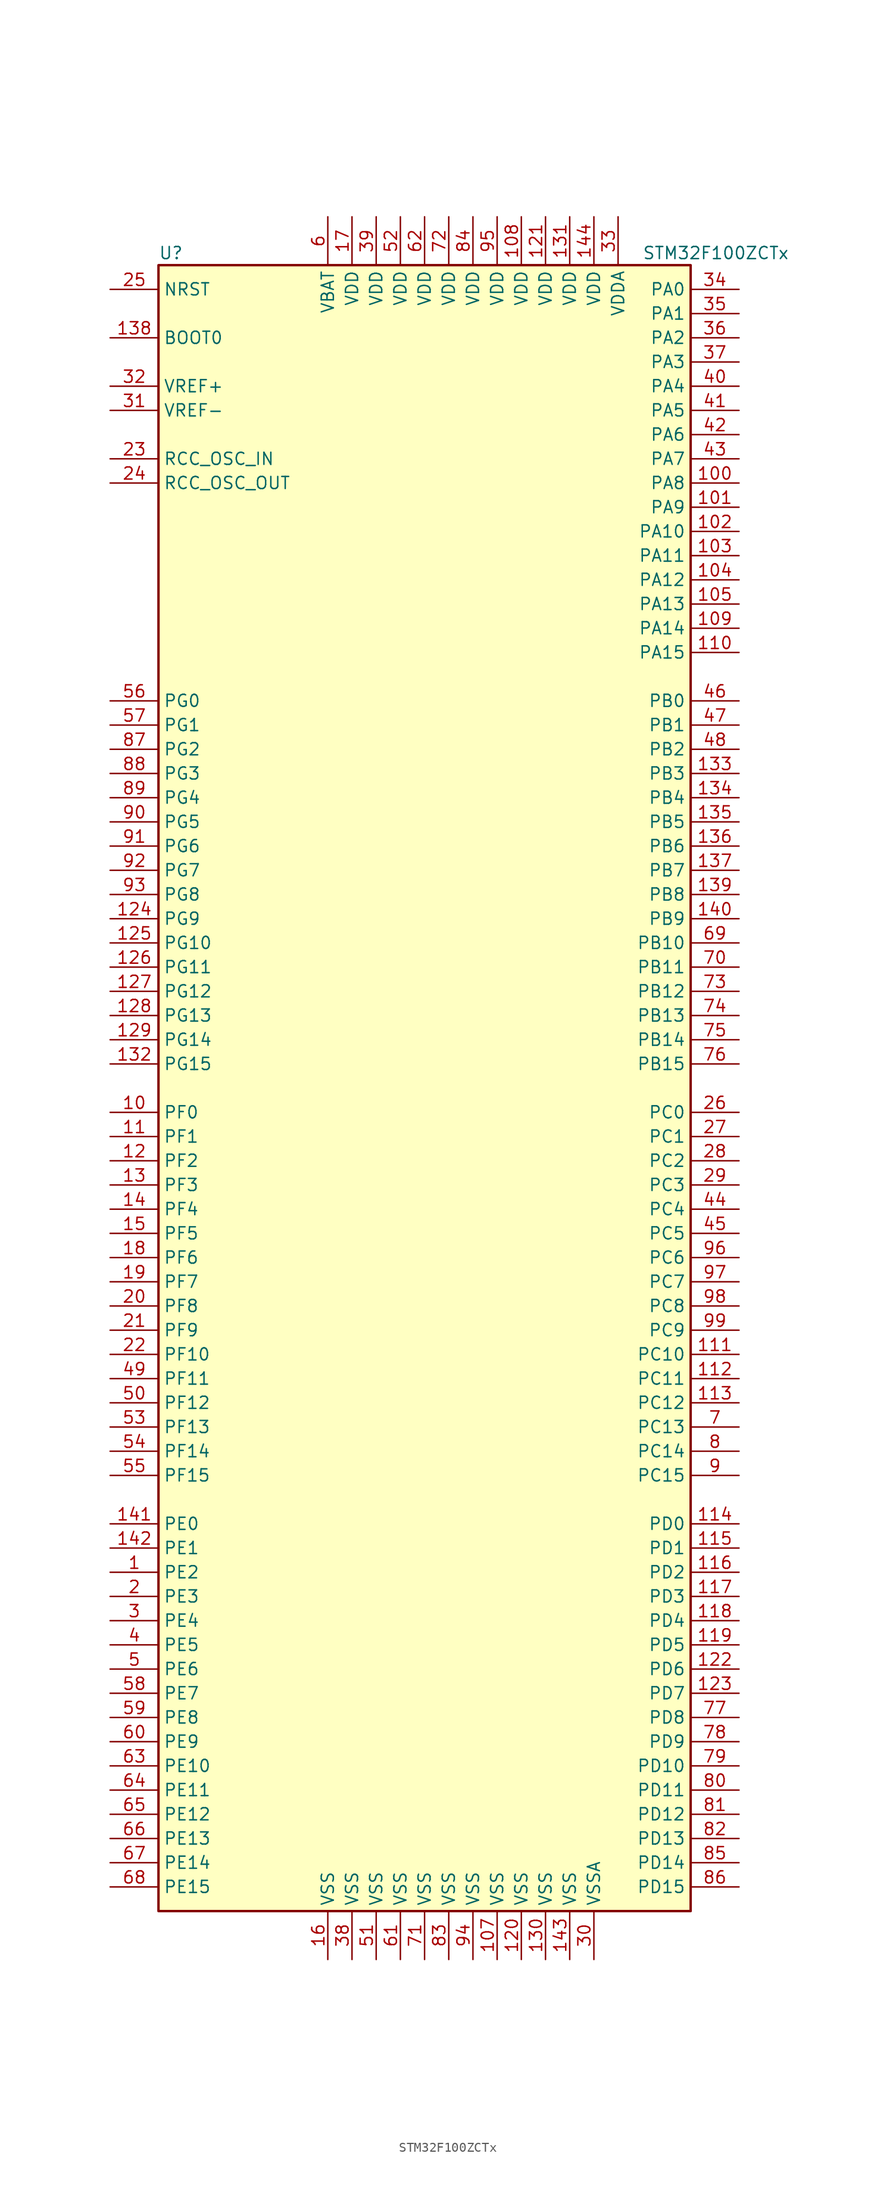
<source format=kicad_sym>
(kicad_symbol_lib
  (version 20201005)
  (generator kicad_symbol_editor)
  (symbol "STM32F100ZCTx"
    (property "Reference" "U"
      (at -27.94 87.63 0)
      (effects (font (size 1.27 1.27)) (justify left)))
    (property "Value" "STM32F100ZCTx"
      (at 22.86 87.63 0)
      (effects (font (size 1.27 1.27)) (justify left)))
    (symbol "STM32F100ZCTx_0_1"
      (rectangle (start -27.94 -86.36) (end 27.94 86.36) (stroke (width 0.254)) (fill (type background))))
    (symbol "STM32F100ZCTx_1_1"
      (pin bidirectional line (at -33.02 -50.8 0) (length 5.08) (name "PE2" (effects (font (size 1.27 1.27)))) (number "1" (effects (font (size 1.27 1.27)))))
      (pin bidirectional line (at -33.02 -2.54 0) (length 5.08) (name "PF0" (effects (font (size 1.27 1.27)))) (number "10" (effects (font (size 1.27 1.27)))))
      (pin bidirectional line (at 33.02 63.5 180) (length 5.08) (name "PA8" (effects (font (size 1.27 1.27)))) (number "100" (effects (font (size 1.27 1.27)))))
      (pin bidirectional line (at 33.02 60.96 180) (length 5.08) (name "PA9" (effects (font (size 1.27 1.27)))) (number "101" (effects (font (size 1.27 1.27)))))
      (pin bidirectional line (at 33.02 58.42 180) (length 5.08) (name "PA10" (effects (font (size 1.27 1.27)))) (number "102" (effects (font (size 1.27 1.27)))))
      (pin bidirectional line (at 33.02 55.88 180) (length 5.08) (name "PA11" (effects (font (size 1.27 1.27)))) (number "103" (effects (font (size 1.27 1.27)))))
      (pin bidirectional line (at 33.02 53.34 180) (length 5.08) (name "PA12" (effects (font (size 1.27 1.27)))) (number "104" (effects (font (size 1.27 1.27)))))
      (pin bidirectional line (at 33.02 50.8 180) (length 5.08) (name "PA13" (effects (font (size 1.27 1.27)))) (number "105" (effects (font (size 1.27 1.27)))))
      (pin no_connect line (at -27.94 -83.82 0) (length 5.08) hide (name "NC" (effects (font (size 1.27 1.27)))) (number "106" (effects (font (size 1.27 1.27)))))
      (pin power_in line (at 7.62 -91.44 90) (length 5.08) (name "VSS" (effects (font (size 1.27 1.27)))) (number "107" (effects (font (size 1.27 1.27)))))
      (pin power_in line (at 10.16 91.44 270) (length 5.08) (name "VDD" (effects (font (size 1.27 1.27)))) (number "108" (effects (font (size 1.27 1.27)))))
      (pin bidirectional line (at 33.02 48.26 180) (length 5.08) (name "PA14" (effects (font (size 1.27 1.27)))) (number "109" (effects (font (size 1.27 1.27)))))
      (pin bidirectional line (at -33.02 -5.08 0) (length 5.08) (name "PF1" (effects (font (size 1.27 1.27)))) (number "11" (effects (font (size 1.27 1.27)))))
      (pin bidirectional line (at 33.02 45.72 180) (length 5.08) (name "PA15" (effects (font (size 1.27 1.27)))) (number "110" (effects (font (size 1.27 1.27)))))
      (pin bidirectional line (at 33.02 -27.94 180) (length 5.08) (name "PC10" (effects (font (size 1.27 1.27)))) (number "111" (effects (font (size 1.27 1.27)))))
      (pin bidirectional line (at 33.02 -30.48 180) (length 5.08) (name "PC11" (effects (font (size 1.27 1.27)))) (number "112" (effects (font (size 1.27 1.27)))))
      (pin bidirectional line (at 33.02 -33.02 180) (length 5.08) (name "PC12" (effects (font (size 1.27 1.27)))) (number "113" (effects (font (size 1.27 1.27)))))
      (pin bidirectional line (at 33.02 -45.72 180) (length 5.08) (name "PD0" (effects (font (size 1.27 1.27)))) (number "114" (effects (font (size 1.27 1.27)))))
      (pin bidirectional line (at 33.02 -48.26 180) (length 5.08) (name "PD1" (effects (font (size 1.27 1.27)))) (number "115" (effects (font (size 1.27 1.27)))))
      (pin bidirectional line (at 33.02 -50.8 180) (length 5.08) (name "PD2" (effects (font (size 1.27 1.27)))) (number "116" (effects (font (size 1.27 1.27)))))
      (pin bidirectional line (at 33.02 -53.34 180) (length 5.08) (name "PD3" (effects (font (size 1.27 1.27)))) (number "117" (effects (font (size 1.27 1.27)))))
      (pin bidirectional line (at 33.02 -55.88 180) (length 5.08) (name "PD4" (effects (font (size 1.27 1.27)))) (number "118" (effects (font (size 1.27 1.27)))))
      (pin bidirectional line (at 33.02 -58.42 180) (length 5.08) (name "PD5" (effects (font (size 1.27 1.27)))) (number "119" (effects (font (size 1.27 1.27)))))
      (pin bidirectional line (at -33.02 -7.62 0) (length 5.08) (name "PF2" (effects (font (size 1.27 1.27)))) (number "12" (effects (font (size 1.27 1.27)))))
      (pin power_in line (at 10.16 -91.44 90) (length 5.08) (name "VSS" (effects (font (size 1.27 1.27)))) (number "120" (effects (font (size 1.27 1.27)))))
      (pin power_in line (at 12.7 91.44 270) (length 5.08) (name "VDD" (effects (font (size 1.27 1.27)))) (number "121" (effects (font (size 1.27 1.27)))))
      (pin bidirectional line (at 33.02 -60.96 180) (length 5.08) (name "PD6" (effects (font (size 1.27 1.27)))) (number "122" (effects (font (size 1.27 1.27)))))
      (pin bidirectional line (at 33.02 -63.5 180) (length 5.08) (name "PD7" (effects (font (size 1.27 1.27)))) (number "123" (effects (font (size 1.27 1.27)))))
      (pin bidirectional line (at -33.02 17.78 0) (length 5.08) (name "PG9" (effects (font (size 1.27 1.27)))) (number "124" (effects (font (size 1.27 1.27)))))
      (pin bidirectional line (at -33.02 15.24 0) (length 5.08) (name "PG10" (effects (font (size 1.27 1.27)))) (number "125" (effects (font (size 1.27 1.27)))))
      (pin bidirectional line (at -33.02 12.7 0) (length 5.08) (name "PG11" (effects (font (size 1.27 1.27)))) (number "126" (effects (font (size 1.27 1.27)))))
      (pin bidirectional line (at -33.02 10.16 0) (length 5.08) (name "PG12" (effects (font (size 1.27 1.27)))) (number "127" (effects (font (size 1.27 1.27)))))
      (pin bidirectional line (at -33.02 7.62 0) (length 5.08) (name "PG13" (effects (font (size 1.27 1.27)))) (number "128" (effects (font (size 1.27 1.27)))))
      (pin bidirectional line (at -33.02 5.08 0) (length 5.08) (name "PG14" (effects (font (size 1.27 1.27)))) (number "129" (effects (font (size 1.27 1.27)))))
      (pin bidirectional line (at -33.02 -10.16 0) (length 5.08) (name "PF3" (effects (font (size 1.27 1.27)))) (number "13" (effects (font (size 1.27 1.27)))))
      (pin power_in line (at 12.7 -91.44 90) (length 5.08) (name "VSS" (effects (font (size 1.27 1.27)))) (number "130" (effects (font (size 1.27 1.27)))))
      (pin power_in line (at 15.24 91.44 270) (length 5.08) (name "VDD" (effects (font (size 1.27 1.27)))) (number "131" (effects (font (size 1.27 1.27)))))
      (pin bidirectional line (at -33.02 2.54 0) (length 5.08) (name "PG15" (effects (font (size 1.27 1.27)))) (number "132" (effects (font (size 1.27 1.27)))))
      (pin bidirectional line (at 33.02 33.02 180) (length 5.08) (name "PB3" (effects (font (size 1.27 1.27)))) (number "133" (effects (font (size 1.27 1.27)))))
      (pin bidirectional line (at 33.02 30.48 180) (length 5.08) (name "PB4" (effects (font (size 1.27 1.27)))) (number "134" (effects (font (size 1.27 1.27)))))
      (pin bidirectional line (at 33.02 27.94 180) (length 5.08) (name "PB5" (effects (font (size 1.27 1.27)))) (number "135" (effects (font (size 1.27 1.27)))))
      (pin bidirectional line (at 33.02 25.4 180) (length 5.08) (name "PB6" (effects (font (size 1.27 1.27)))) (number "136" (effects (font (size 1.27 1.27)))))
      (pin bidirectional line (at 33.02 22.86 180) (length 5.08) (name "PB7" (effects (font (size 1.27 1.27)))) (number "137" (effects (font (size 1.27 1.27)))))
      (pin input line (at -33.02 78.74 0) (length 5.08) (name "BOOT0" (effects (font (size 1.27 1.27)))) (number "138" (effects (font (size 1.27 1.27)))))
      (pin bidirectional line (at 33.02 20.32 180) (length 5.08) (name "PB8" (effects (font (size 1.27 1.27)))) (number "139" (effects (font (size 1.27 1.27)))))
      (pin bidirectional line (at -33.02 -12.7 0) (length 5.08) (name "PF4" (effects (font (size 1.27 1.27)))) (number "14" (effects (font (size 1.27 1.27)))))
      (pin bidirectional line (at 33.02 17.78 180) (length 5.08) (name "PB9" (effects (font (size 1.27 1.27)))) (number "140" (effects (font (size 1.27 1.27)))))
      (pin bidirectional line (at -33.02 -45.72 0) (length 5.08) (name "PE0" (effects (font (size 1.27 1.27)))) (number "141" (effects (font (size 1.27 1.27)))))
      (pin bidirectional line (at -33.02 -48.26 0) (length 5.08) (name "PE1" (effects (font (size 1.27 1.27)))) (number "142" (effects (font (size 1.27 1.27)))))
      (pin power_in line (at 15.24 -91.44 90) (length 5.08) (name "VSS" (effects (font (size 1.27 1.27)))) (number "143" (effects (font (size 1.27 1.27)))))
      (pin power_in line (at 17.78 91.44 270) (length 5.08) (name "VDD" (effects (font (size 1.27 1.27)))) (number "144" (effects (font (size 1.27 1.27)))))
      (pin bidirectional line (at -33.02 -15.24 0) (length 5.08) (name "PF5" (effects (font (size 1.27 1.27)))) (number "15" (effects (font (size 1.27 1.27)))))
      (pin power_in line (at -10.16 -91.44 90) (length 5.08) (name "VSS" (effects (font (size 1.27 1.27)))) (number "16" (effects (font (size 1.27 1.27)))))
      (pin power_in line (at -7.62 91.44 270) (length 5.08) (name "VDD" (effects (font (size 1.27 1.27)))) (number "17" (effects (font (size 1.27 1.27)))))
      (pin bidirectional line (at -33.02 -17.78 0) (length 5.08) (name "PF6" (effects (font (size 1.27 1.27)))) (number "18" (effects (font (size 1.27 1.27)))))
      (pin bidirectional line (at -33.02 -20.32 0) (length 5.08) (name "PF7" (effects (font (size 1.27 1.27)))) (number "19" (effects (font (size 1.27 1.27)))))
      (pin bidirectional line (at -33.02 -53.34 0) (length 5.08) (name "PE3" (effects (font (size 1.27 1.27)))) (number "2" (effects (font (size 1.27 1.27)))))
      (pin bidirectional line (at -33.02 -22.86 0) (length 5.08) (name "PF8" (effects (font (size 1.27 1.27)))) (number "20" (effects (font (size 1.27 1.27)))))
      (pin bidirectional line (at -33.02 -25.4 0) (length 5.08) (name "PF9" (effects (font (size 1.27 1.27)))) (number "21" (effects (font (size 1.27 1.27)))))
      (pin bidirectional line (at -33.02 -27.94 0) (length 5.08) (name "PF10" (effects (font (size 1.27 1.27)))) (number "22" (effects (font (size 1.27 1.27)))))
      (pin input line (at -33.02 66.04 0) (length 5.08) (name "RCC_OSC_IN" (effects (font (size 1.27 1.27)))) (number "23" (effects (font (size 1.27 1.27)))))
      (pin input line (at -33.02 63.5 0) (length 5.08) (name "RCC_OSC_OUT" (effects (font (size 1.27 1.27)))) (number "24" (effects (font (size 1.27 1.27)))))
      (pin input line (at -33.02 83.82 0) (length 5.08) (name "NRST" (effects (font (size 1.27 1.27)))) (number "25" (effects (font (size 1.27 1.27)))))
      (pin bidirectional line (at 33.02 -2.54 180) (length 5.08) (name "PC0" (effects (font (size 1.27 1.27)))) (number "26" (effects (font (size 1.27 1.27)))))
      (pin bidirectional line (at 33.02 -5.08 180) (length 5.08) (name "PC1" (effects (font (size 1.27 1.27)))) (number "27" (effects (font (size 1.27 1.27)))))
      (pin bidirectional line (at 33.02 -7.62 180) (length 5.08) (name "PC2" (effects (font (size 1.27 1.27)))) (number "28" (effects (font (size 1.27 1.27)))))
      (pin bidirectional line (at 33.02 -10.16 180) (length 5.08) (name "PC3" (effects (font (size 1.27 1.27)))) (number "29" (effects (font (size 1.27 1.27)))))
      (pin bidirectional line (at -33.02 -55.88 0) (length 5.08) (name "PE4" (effects (font (size 1.27 1.27)))) (number "3" (effects (font (size 1.27 1.27)))))
      (pin power_in line (at 17.78 -91.44 90) (length 5.08) (name "VSSA" (effects (font (size 1.27 1.27)))) (number "30" (effects (font (size 1.27 1.27)))))
      (pin power_in line (at -33.02 71.12 0) (length 5.08) (name "VREF-" (effects (font (size 1.27 1.27)))) (number "31" (effects (font (size 1.27 1.27)))))
      (pin power_in line (at -33.02 73.66 0) (length 5.08) (name "VREF+" (effects (font (size 1.27 1.27)))) (number "32" (effects (font (size 1.27 1.27)))))
      (pin power_in line (at 20.32 91.44 270) (length 5.08) (name "VDDA" (effects (font (size 1.27 1.27)))) (number "33" (effects (font (size 1.27 1.27)))))
      (pin bidirectional line (at 33.02 83.82 180) (length 5.08) (name "PA0" (effects (font (size 1.27 1.27)))) (number "34" (effects (font (size 1.27 1.27)))))
      (pin bidirectional line (at 33.02 81.28 180) (length 5.08) (name "PA1" (effects (font (size 1.27 1.27)))) (number "35" (effects (font (size 1.27 1.27)))))
      (pin bidirectional line (at 33.02 78.74 180) (length 5.08) (name "PA2" (effects (font (size 1.27 1.27)))) (number "36" (effects (font (size 1.27 1.27)))))
      (pin bidirectional line (at 33.02 76.2 180) (length 5.08) (name "PA3" (effects (font (size 1.27 1.27)))) (number "37" (effects (font (size 1.27 1.27)))))
      (pin power_in line (at -7.62 -91.44 90) (length 5.08) (name "VSS" (effects (font (size 1.27 1.27)))) (number "38" (effects (font (size 1.27 1.27)))))
      (pin power_in line (at -5.08 91.44 270) (length 5.08) (name "VDD" (effects (font (size 1.27 1.27)))) (number "39" (effects (font (size 1.27 1.27)))))
      (pin bidirectional line (at -33.02 -58.42 0) (length 5.08) (name "PE5" (effects (font (size 1.27 1.27)))) (number "4" (effects (font (size 1.27 1.27)))))
      (pin bidirectional line (at 33.02 73.66 180) (length 5.08) (name "PA4" (effects (font (size 1.27 1.27)))) (number "40" (effects (font (size 1.27 1.27)))))
      (pin bidirectional line (at 33.02 71.12 180) (length 5.08) (name "PA5" (effects (font (size 1.27 1.27)))) (number "41" (effects (font (size 1.27 1.27)))))
      (pin bidirectional line (at 33.02 68.58 180) (length 5.08) (name "PA6" (effects (font (size 1.27 1.27)))) (number "42" (effects (font (size 1.27 1.27)))))
      (pin bidirectional line (at 33.02 66.04 180) (length 5.08) (name "PA7" (effects (font (size 1.27 1.27)))) (number "43" (effects (font (size 1.27 1.27)))))
      (pin bidirectional line (at 33.02 -12.7 180) (length 5.08) (name "PC4" (effects (font (size 1.27 1.27)))) (number "44" (effects (font (size 1.27 1.27)))))
      (pin bidirectional line (at 33.02 -15.24 180) (length 5.08) (name "PC5" (effects (font (size 1.27 1.27)))) (number "45" (effects (font (size 1.27 1.27)))))
      (pin bidirectional line (at 33.02 40.64 180) (length 5.08) (name "PB0" (effects (font (size 1.27 1.27)))) (number "46" (effects (font (size 1.27 1.27)))))
      (pin bidirectional line (at 33.02 38.1 180) (length 5.08) (name "PB1" (effects (font (size 1.27 1.27)))) (number "47" (effects (font (size 1.27 1.27)))))
      (pin bidirectional line (at 33.02 35.56 180) (length 5.08) (name "PB2" (effects (font (size 1.27 1.27)))) (number "48" (effects (font (size 1.27 1.27)))))
      (pin bidirectional line (at -33.02 -30.48 0) (length 5.08) (name "PF11" (effects (font (size 1.27 1.27)))) (number "49" (effects (font (size 1.27 1.27)))))
      (pin bidirectional line (at -33.02 -60.96 0) (length 5.08) (name "PE6" (effects (font (size 1.27 1.27)))) (number "5" (effects (font (size 1.27 1.27)))))
      (pin bidirectional line (at -33.02 -33.02 0) (length 5.08) (name "PF12" (effects (font (size 1.27 1.27)))) (number "50" (effects (font (size 1.27 1.27)))))
      (pin power_in line (at -5.08 -91.44 90) (length 5.08) (name "VSS" (effects (font (size 1.27 1.27)))) (number "51" (effects (font (size 1.27 1.27)))))
      (pin power_in line (at -2.54 91.44 270) (length 5.08) (name "VDD" (effects (font (size 1.27 1.27)))) (number "52" (effects (font (size 1.27 1.27)))))
      (pin bidirectional line (at -33.02 -35.56 0) (length 5.08) (name "PF13" (effects (font (size 1.27 1.27)))) (number "53" (effects (font (size 1.27 1.27)))))
      (pin bidirectional line (at -33.02 -38.1 0) (length 5.08) (name "PF14" (effects (font (size 1.27 1.27)))) (number "54" (effects (font (size 1.27 1.27)))))
      (pin bidirectional line (at -33.02 -40.64 0) (length 5.08) (name "PF15" (effects (font (size 1.27 1.27)))) (number "55" (effects (font (size 1.27 1.27)))))
      (pin bidirectional line (at -33.02 40.64 0) (length 5.08) (name "PG0" (effects (font (size 1.27 1.27)))) (number "56" (effects (font (size 1.27 1.27)))))
      (pin bidirectional line (at -33.02 38.1 0) (length 5.08) (name "PG1" (effects (font (size 1.27 1.27)))) (number "57" (effects (font (size 1.27 1.27)))))
      (pin bidirectional line (at -33.02 -63.5 0) (length 5.08) (name "PE7" (effects (font (size 1.27 1.27)))) (number "58" (effects (font (size 1.27 1.27)))))
      (pin bidirectional line (at -33.02 -66.04 0) (length 5.08) (name "PE8" (effects (font (size 1.27 1.27)))) (number "59" (effects (font (size 1.27 1.27)))))
      (pin power_in line (at -10.16 91.44 270) (length 5.08) (name "VBAT" (effects (font (size 1.27 1.27)))) (number "6" (effects (font (size 1.27 1.27)))))
      (pin bidirectional line (at -33.02 -68.58 0) (length 5.08) (name "PE9" (effects (font (size 1.27 1.27)))) (number "60" (effects (font (size 1.27 1.27)))))
      (pin power_in line (at -2.54 -91.44 90) (length 5.08) (name "VSS" (effects (font (size 1.27 1.27)))) (number "61" (effects (font (size 1.27 1.27)))))
      (pin power_in line (at 0 91.44 270) (length 5.08) (name "VDD" (effects (font (size 1.27 1.27)))) (number "62" (effects (font (size 1.27 1.27)))))
      (pin bidirectional line (at -33.02 -71.12 0) (length 5.08) (name "PE10" (effects (font (size 1.27 1.27)))) (number "63" (effects (font (size 1.27 1.27)))))
      (pin bidirectional line (at -33.02 -73.66 0) (length 5.08) (name "PE11" (effects (font (size 1.27 1.27)))) (number "64" (effects (font (size 1.27 1.27)))))
      (pin bidirectional line (at -33.02 -76.2 0) (length 5.08) (name "PE12" (effects (font (size 1.27 1.27)))) (number "65" (effects (font (size 1.27 1.27)))))
      (pin bidirectional line (at -33.02 -78.74 0) (length 5.08) (name "PE13" (effects (font (size 1.27 1.27)))) (number "66" (effects (font (size 1.27 1.27)))))
      (pin bidirectional line (at -33.02 -81.28 0) (length 5.08) (name "PE14" (effects (font (size 1.27 1.27)))) (number "67" (effects (font (size 1.27 1.27)))))
      (pin bidirectional line (at -33.02 -83.82 0) (length 5.08) (name "PE15" (effects (font (size 1.27 1.27)))) (number "68" (effects (font (size 1.27 1.27)))))
      (pin bidirectional line (at 33.02 15.24 180) (length 5.08) (name "PB10" (effects (font (size 1.27 1.27)))) (number "69" (effects (font (size 1.27 1.27)))))
      (pin bidirectional line (at 33.02 -35.56 180) (length 5.08) (name "PC13" (effects (font (size 1.27 1.27)))) (number "7" (effects (font (size 1.27 1.27)))))
      (pin bidirectional line (at 33.02 12.7 180) (length 5.08) (name "PB11" (effects (font (size 1.27 1.27)))) (number "70" (effects (font (size 1.27 1.27)))))
      (pin power_in line (at 0 -91.44 90) (length 5.08) (name "VSS" (effects (font (size 1.27 1.27)))) (number "71" (effects (font (size 1.27 1.27)))))
      (pin power_in line (at 2.54 91.44 270) (length 5.08) (name "VDD" (effects (font (size 1.27 1.27)))) (number "72" (effects (font (size 1.27 1.27)))))
      (pin bidirectional line (at 33.02 10.16 180) (length 5.08) (name "PB12" (effects (font (size 1.27 1.27)))) (number "73" (effects (font (size 1.27 1.27)))))
      (pin bidirectional line (at 33.02 7.62 180) (length 5.08) (name "PB13" (effects (font (size 1.27 1.27)))) (number "74" (effects (font (size 1.27 1.27)))))
      (pin bidirectional line (at 33.02 5.08 180) (length 5.08) (name "PB14" (effects (font (size 1.27 1.27)))) (number "75" (effects (font (size 1.27 1.27)))))
      (pin bidirectional line (at 33.02 2.54 180) (length 5.08) (name "PB15" (effects (font (size 1.27 1.27)))) (number "76" (effects (font (size 1.27 1.27)))))
      (pin bidirectional line (at 33.02 -66.04 180) (length 5.08) (name "PD8" (effects (font (size 1.27 1.27)))) (number "77" (effects (font (size 1.27 1.27)))))
      (pin bidirectional line (at 33.02 -68.58 180) (length 5.08) (name "PD9" (effects (font (size 1.27 1.27)))) (number "78" (effects (font (size 1.27 1.27)))))
      (pin bidirectional line (at 33.02 -71.12 180) (length 5.08) (name "PD10" (effects (font (size 1.27 1.27)))) (number "79" (effects (font (size 1.27 1.27)))))
      (pin bidirectional line (at 33.02 -38.1 180) (length 5.08) (name "PC14" (effects (font (size 1.27 1.27)))) (number "8" (effects (font (size 1.27 1.27)))))
      (pin bidirectional line (at 33.02 -73.66 180) (length 5.08) (name "PD11" (effects (font (size 1.27 1.27)))) (number "80" (effects (font (size 1.27 1.27)))))
      (pin bidirectional line (at 33.02 -76.2 180) (length 5.08) (name "PD12" (effects (font (size 1.27 1.27)))) (number "81" (effects (font (size 1.27 1.27)))))
      (pin bidirectional line (at 33.02 -78.74 180) (length 5.08) (name "PD13" (effects (font (size 1.27 1.27)))) (number "82" (effects (font (size 1.27 1.27)))))
      (pin power_in line (at 2.54 -91.44 90) (length 5.08) (name "VSS" (effects (font (size 1.27 1.27)))) (number "83" (effects (font (size 1.27 1.27)))))
      (pin power_in line (at 5.08 91.44 270) (length 5.08) (name "VDD" (effects (font (size 1.27 1.27)))) (number "84" (effects (font (size 1.27 1.27)))))
      (pin bidirectional line (at 33.02 -81.28 180) (length 5.08) (name "PD14" (effects (font (size 1.27 1.27)))) (number "85" (effects (font (size 1.27 1.27)))))
      (pin bidirectional line (at 33.02 -83.82 180) (length 5.08) (name "PD15" (effects (font (size 1.27 1.27)))) (number "86" (effects (font (size 1.27 1.27)))))
      (pin bidirectional line (at -33.02 35.56 0) (length 5.08) (name "PG2" (effects (font (size 1.27 1.27)))) (number "87" (effects (font (size 1.27 1.27)))))
      (pin bidirectional line (at -33.02 33.02 0) (length 5.08) (name "PG3" (effects (font (size 1.27 1.27)))) (number "88" (effects (font (size 1.27 1.27)))))
      (pin bidirectional line (at -33.02 30.48 0) (length 5.08) (name "PG4" (effects (font (size 1.27 1.27)))) (number "89" (effects (font (size 1.27 1.27)))))
      (pin bidirectional line (at 33.02 -40.64 180) (length 5.08) (name "PC15" (effects (font (size 1.27 1.27)))) (number "9" (effects (font (size 1.27 1.27)))))
      (pin bidirectional line (at -33.02 27.94 0) (length 5.08) (name "PG5" (effects (font (size 1.27 1.27)))) (number "90" (effects (font (size 1.27 1.27)))))
      (pin bidirectional line (at -33.02 25.4 0) (length 5.08) (name "PG6" (effects (font (size 1.27 1.27)))) (number "91" (effects (font (size 1.27 1.27)))))
      (pin bidirectional line (at -33.02 22.86 0) (length 5.08) (name "PG7" (effects (font (size 1.27 1.27)))) (number "92" (effects (font (size 1.27 1.27)))))
      (pin bidirectional line (at -33.02 20.32 0) (length 5.08) (name "PG8" (effects (font (size 1.27 1.27)))) (number "93" (effects (font (size 1.27 1.27)))))
      (pin power_in line (at 5.08 -91.44 90) (length 5.08) (name "VSS" (effects (font (size 1.27 1.27)))) (number "94" (effects (font (size 1.27 1.27)))))
      (pin power_in line (at 7.62 91.44 270) (length 5.08) (name "VDD" (effects (font (size 1.27 1.27)))) (number "95" (effects (font (size 1.27 1.27)))))
      (pin bidirectional line (at 33.02 -17.78 180) (length 5.08) (name "PC6" (effects (font (size 1.27 1.27)))) (number "96" (effects (font (size 1.27 1.27)))))
      (pin bidirectional line (at 33.02 -20.32 180) (length 5.08) (name "PC7" (effects (font (size 1.27 1.27)))) (number "97" (effects (font (size 1.27 1.27)))))
      (pin bidirectional line (at 33.02 -22.86 180) (length 5.08) (name "PC8" (effects (font (size 1.27 1.27)))) (number "98" (effects (font (size 1.27 1.27)))))
      (pin bidirectional line (at 33.02 -25.4 180) (length 5.08) (name "PC9" (effects (font (size 1.27 1.27)))) (number "99" (effects (font (size 1.27 1.27))))))))
</source>
